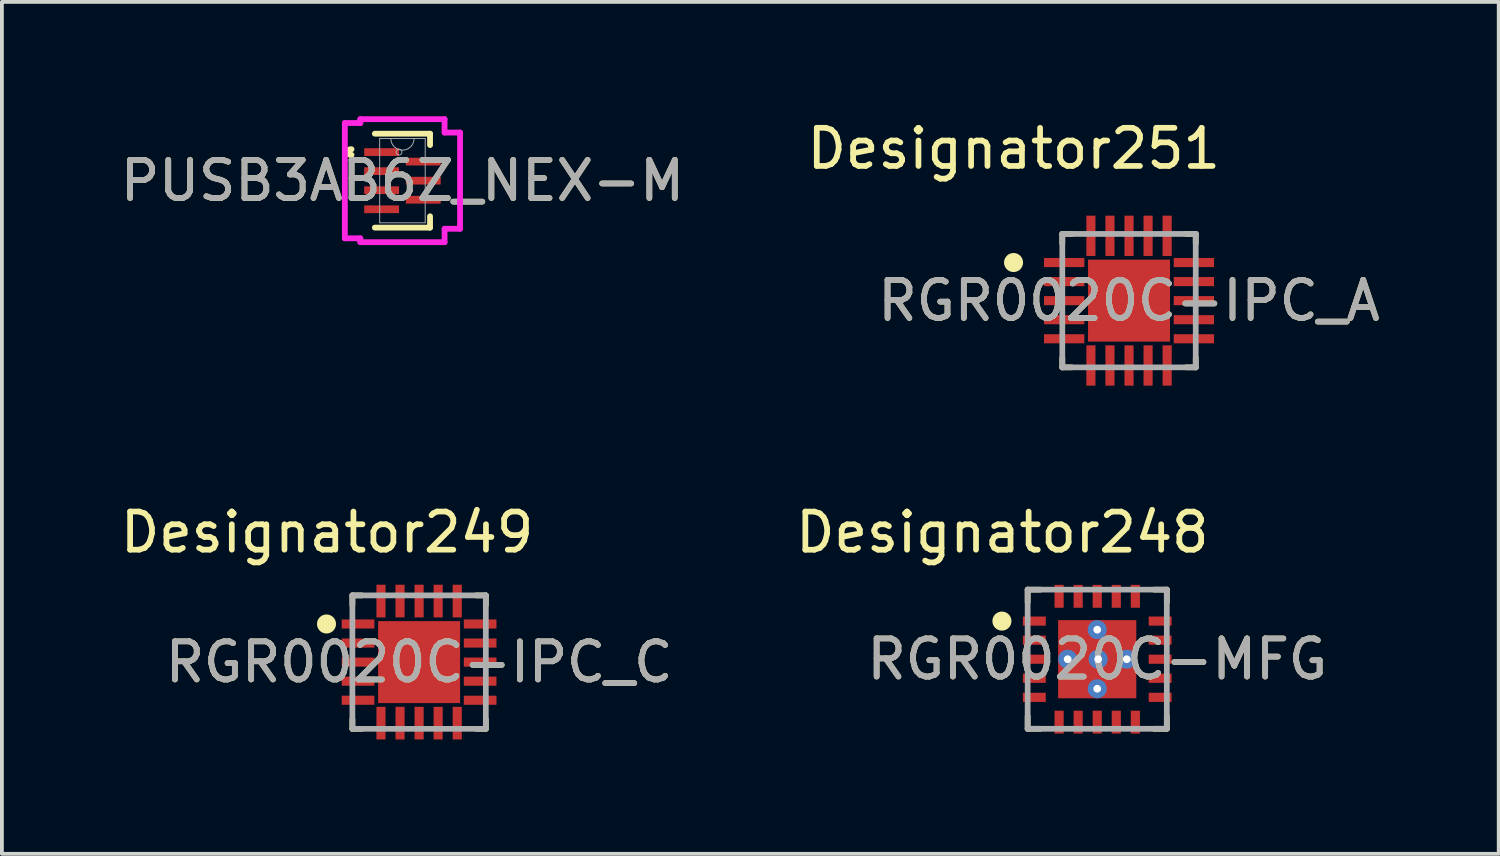
<source format=kicad_pcb>
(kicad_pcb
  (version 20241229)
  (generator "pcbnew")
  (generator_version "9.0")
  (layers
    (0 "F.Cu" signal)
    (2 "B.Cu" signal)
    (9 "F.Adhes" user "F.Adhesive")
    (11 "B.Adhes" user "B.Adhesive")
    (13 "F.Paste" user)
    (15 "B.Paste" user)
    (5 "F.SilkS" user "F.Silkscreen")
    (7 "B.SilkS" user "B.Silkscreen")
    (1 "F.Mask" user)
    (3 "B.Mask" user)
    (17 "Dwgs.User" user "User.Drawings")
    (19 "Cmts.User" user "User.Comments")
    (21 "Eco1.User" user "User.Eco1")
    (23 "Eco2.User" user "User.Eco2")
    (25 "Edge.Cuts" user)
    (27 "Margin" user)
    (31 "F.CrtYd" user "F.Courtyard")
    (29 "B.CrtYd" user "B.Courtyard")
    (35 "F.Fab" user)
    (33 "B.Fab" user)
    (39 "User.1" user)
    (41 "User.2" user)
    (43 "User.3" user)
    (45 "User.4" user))
  (footprint "PUSB3AB6Z_NEX-M"
    (layer "F.Cu")
    (at 7.506 1.689)
    (property "Reference" "PUSB3AB6Z_NEX-M" (at 0 0 0) (unlocked yes) (layer "F.SilkS") (effects (font (size 1 1) (thickness 0.15))))
    (attr smd)
    (fp_line (start -0.724 1.232) (end 0.724 1.232) (stroke (width 0.152) (type solid)) (layer "F.SilkS"))
    (fp_line (start 0.724 -1.232) (end -0.724 -1.232) (stroke (width 0.152) (type solid)) (layer "F.SilkS"))
    (fp_line (start 0.724 -0.934) (end 0.724 -1.232) (stroke (width 0.152) (type solid)) (layer "F.SilkS"))
    (fp_line (start 0.724 1.232) (end 0.724 0.934) (stroke (width 0.152) (type solid)) (layer "F.SilkS"))
    (fp_arc (start -1.33604 -0.676171) (mid -1.4311 -0.75) (end -1.33604 -0.823829) (stroke (width 0.1524) (type solid)) (layer "F.SilkS"))
    (fp_line (start -1.511 -1.512) (end -1.105 -1.512) (stroke (width 0.152) (type solid)) (layer "F.CrtYd"))
    (fp_line (start -1.511 1.512) (end -1.511 -1.512) (stroke (width 0.152) (type solid)) (layer "F.CrtYd"))
    (fp_line (start -1.105 -1.613) (end 1.105 -1.613) (stroke (width 0.152) (type solid)) (layer "F.CrtYd"))
    (fp_line (start -1.105 -1.512) (end -1.105 -1.613) (stroke (width 0.152) (type solid)) (layer "F.CrtYd"))
    (fp_line (start -1.105 1.512) (end -1.511 1.512) (stroke (width 0.152) (type solid)) (layer "F.CrtYd"))
    (fp_line (start -1.105 1.613) (end -1.105 1.512) (stroke (width 0.152) (type solid)) (layer "F.CrtYd"))
    (fp_line (start 1.105 -1.613) (end 1.105 -1.262) (stroke (width 0.152) (type solid)) (layer "F.CrtYd"))
    (fp_line (start 1.105 -1.262) (end 1.511 -1.262) (stroke (width 0.152) (type solid)) (layer "F.CrtYd"))
    (fp_line (start 1.105 1.262) (end 1.105 1.613) (stroke (width 0.152) (type solid)) (layer "F.CrtYd"))
    (fp_line (start 1.105 1.613) (end -1.105 1.613) (stroke (width 0.152) (type solid)) (layer "F.CrtYd"))
    (fp_line (start 1.511 -1.262) (end 1.511 1.262) (stroke (width 0.152) (type solid)) (layer "F.CrtYd"))
    (fp_line (start 1.511 1.262) (end 1.105 1.262) (stroke (width 0.152) (type solid)) (layer "F.CrtYd"))
    (fp_line (start -0.597 -1.105) (end -0.597 1.105) (stroke (width 0.025) (type solid)) (layer "F.Fab"))
    (fp_line (start -0.597 1.105) (end 0.597 1.105) (stroke (width 0.025) (type solid)) (layer "F.Fab"))
    (fp_line (start 0.597 -1.105) (end -0.597 -1.105) (stroke (width 0.025) (type solid)) (layer "F.Fab"))
    (fp_line (start 0.597 1.105) (end 0.597 -1.105) (stroke (width 0.025) (type solid)) (layer "F.Fab"))
    (fp_arc (start 0.3048 -1.1049) (mid 0 -0.8001) (end -0.3048 -1.1049) (stroke (width 0.0254) (type solid)) (layer "F.Fab"))
    (fp_circle (center -0.089 -0.75) (end -0.013 -0.75) (stroke (width 0.025) (type solid)) (fill no) (layer "F.Fab"))
    (fp_text user "${REFERENCE}" (at 0 0 0) (unlocked yes) (layer "F.Fab") (effects (font (size 1 1) (thickness 0.15))))
    (pad "1" smd rect (at -0.546 -0.75) (size 0.914 0.203) (layers "F.Cu" "F.Mask" "F.Paste"))
    (pad "2" smd rect (at -0.546 -0.25) (size 0.914 0.203) (layers "F.Cu" "F.Mask" "F.Paste"))
    (pad "3" smd rect (at -0.546 0.25) (size 0.914 0.203) (layers "F.Cu" "F.Mask" "F.Paste"))
    (pad "4" smd rect (at -0.546 0.75) (size 0.914 0.203) (layers "F.Cu" "F.Mask" "F.Paste"))
    (pad "5" smd rect (at 0.546 0.5) (size 0.914 0.203) (layers "F.Cu" "F.Mask" "F.Paste"))
    (pad "6" smd rect (at 0.546 0) (size 0.914 0.203) (layers "F.Cu" "F.Mask" "F.Paste"))
    (pad "7" smd rect (at 0.546 -0.5) (size 0.914 0.203) (layers "F.Cu" "F.Mask" "F.Paste")))
  (footprint "RGR0020C-IPC_A"
    (layer "F.Cu")
    (at 26.564 4.836)
    (property "Reference" "RGR0020C-IPC_A" (at 0 0 0) (unlocked yes) (layer "F.SilkS") (effects (font (size 1 1) (thickness 0.15))))
    (attr smd)
    (fp_line (start -1.75 -1.75) (end -1.5 -1.75) (stroke (width 0.15) (type solid)) (layer "F.SilkS"))
    (fp_line (start -1.75 -1.5) (end -1.75 -1.75) (stroke (width 0.15) (type solid)) (layer "F.SilkS"))
    (fp_line (start -1.75 1.75) (end -1.75 1.5) (stroke (width 0.15) (type solid)) (layer "F.SilkS"))
    (fp_line (start -1.75 1.75) (end -1.5 1.75) (stroke (width 0.15) (type solid)) (layer "F.SilkS"))
    (fp_line (start 1.5 -1.75) (end 1.75 -1.75) (stroke (width 0.15) (type solid)) (layer "F.SilkS"))
    (fp_line (start 1.5 1.75) (end 1.75 1.75) (stroke (width 0.15) (type solid)) (layer "F.SilkS"))
    (fp_line (start 1.75 -1.5) (end 1.75 -1.75) (stroke (width 0.15) (type solid)) (layer "F.SilkS"))
    (fp_line (start 1.75 1.75) (end 1.75 1.5) (stroke (width 0.15) (type solid)) (layer "F.SilkS"))
    (fp_circle (center -3.029 -1) (end -2.904 -1) (stroke (width 0.25) (type solid)) (fill no) (layer "F.SilkS"))
    (fp_poly (pts (xy -0.68 0.68) (xy 0.68 0.68) (xy 0.68 -0.68) (xy -0.68 -0.68)) (stroke (width 0) (type solid)) (fill yes) (layer "F.Paste"))
    (fp_line (start -1.75 -1.75) (end 1.75 -1.75) (stroke (width 0.15) (type solid)) (layer "F.Fab"))
    (fp_line (start -1.75 1.75) (end -1.75 -1.75) (stroke (width 0.15) (type solid)) (layer "F.Fab"))
    (fp_line (start -1.75 1.75) (end 1.75 1.75) (stroke (width 0.15) (type solid)) (layer "F.Fab"))
    (fp_line (start 1.75 1.75) (end 1.75 -1.75) (stroke (width 0.15) (type solid)) (layer "F.Fab"))
    (fp_text user "Designator251" (at -3.023 -3.988 0) (unlocked yes) (layer "F.SilkS") (effects (font (size 1 1) (thickness 0.15))))
    (fp_text user "${REFERENCE}" (at 0 0 0) (unlocked yes) (layer "F.Fab") (effects (font (size 1 1) (thickness 0.15))))
    (pad "1" smd rect (at -1.701 -1 90) (size 0.239 1.057) (layers "F.Cu" "F.Mask" "F.Paste"))
    (pad "2" smd rect (at -1.701 -0.5 90) (size 0.239 1.057) (layers "F.Cu" "F.Mask" "F.Paste"))
    (pad "3" smd rect (at -1.701 0 90) (size 0.239 1.057) (layers "F.Cu" "F.Mask" "F.Paste"))
    (pad "4" smd rect (at -1.701 0.5 90) (size 0.239 1.057) (layers "F.Cu" "F.Mask" "F.Paste"))
    (pad "5" smd rect (at -1.701 1 90) (size 0.239 1.057) (layers "F.Cu" "F.Mask" "F.Paste"))
    (pad "6" smd rect (at -1 1.701) (size 0.239 1.057) (layers "F.Cu" "F.Mask" "F.Paste"))
    (pad "7" smd rect (at -0.5 1.701) (size 0.239 1.057) (layers "F.Cu" "F.Mask" "F.Paste"))
    (pad "8" smd rect (at 0 1.701) (size 0.239 1.057) (layers "F.Cu" "F.Mask" "F.Paste"))
    (pad "9" smd rect (at 0.5 1.701) (size 0.239 1.057) (layers "F.Cu" "F.Mask" "F.Paste"))
    (pad "10" smd rect (at 1 1.701) (size 0.239 1.057) (layers "F.Cu" "F.Mask" "F.Paste"))
    (pad "11" smd rect (at 1.701 1 90) (size 0.239 1.057) (layers "F.Cu" "F.Mask" "F.Paste"))
    (pad "12" smd rect (at 1.701 0.5 90) (size 0.239 1.057) (layers "F.Cu" "F.Mask" "F.Paste"))
    (pad "13" smd rect (at 1.701 0 90) (size 0.239 1.057) (layers "F.Cu" "F.Mask" "F.Paste"))
    (pad "14" smd rect (at 1.701 -0.5 90) (size 0.239 1.057) (layers "F.Cu" "F.Mask" "F.Paste"))
    (pad "15" smd rect (at 1.701 -1 90) (size 0.239 1.057) (layers "F.Cu" "F.Mask" "F.Paste"))
    (pad "16" smd rect (at 1 -1.701) (size 0.239 1.057) (layers "F.Cu" "F.Mask" "F.Paste"))
    (pad "17" smd rect (at 0.5 -1.701) (size 0.239 1.057) (layers "F.Cu" "F.Mask" "F.Paste"))
    (pad "18" smd rect (at 0 -1.701) (size 0.239 1.057) (layers "F.Cu" "F.Mask" "F.Paste"))
    (pad "19" smd rect (at -0.5 -1.701) (size 0.239 1.057) (layers "F.Cu" "F.Mask" "F.Paste"))
    (pad "20" smd rect (at -1 -1.701) (size 0.239 1.057) (layers "F.Cu" "F.Mask" "F.Paste"))
    (pad "21" smd rect (at 0 0) (size 2.15 2.15) (layers "F.Cu" "F.Mask")))
  (footprint "RGR0020C-IPC_C"
    (layer "F.Cu")
    (at 7.943 14.317)
    (property "Reference" "RGR0020C-IPC_C" (at 0 0 0) (unlocked yes) (layer "F.SilkS") (effects (font (size 1 1) (thickness 0.15))))
    (attr smd)
    (fp_line (start -1.75 -1.75) (end -1.5 -1.75) (stroke (width 0.15) (type solid)) (layer "F.SilkS"))
    (fp_line (start -1.75 -1.5) (end -1.75 -1.75) (stroke (width 0.15) (type solid)) (layer "F.SilkS"))
    (fp_line (start -1.75 1.75) (end -1.75 1.5) (stroke (width 0.15) (type solid)) (layer "F.SilkS"))
    (fp_line (start -1.75 1.75) (end -1.5 1.75) (stroke (width 0.15) (type solid)) (layer "F.SilkS"))
    (fp_line (start 1.5 -1.75) (end 1.75 -1.75) (stroke (width 0.15) (type solid)) (layer "F.SilkS"))
    (fp_line (start 1.5 1.75) (end 1.75 1.75) (stroke (width 0.15) (type solid)) (layer "F.SilkS"))
    (fp_line (start 1.75 -1.5) (end 1.75 -1.75) (stroke (width 0.15) (type solid)) (layer "F.SilkS"))
    (fp_line (start 1.75 1.75) (end 1.75 1.5) (stroke (width 0.15) (type solid)) (layer "F.SilkS"))
    (fp_circle (center -2.429 -1) (end -2.304 -1) (stroke (width 0.25) (type solid)) (fill no) (layer "F.SilkS"))
    (fp_poly (pts (xy -0.68 0.68) (xy 0.68 0.68) (xy 0.68 -0.68) (xy -0.68 -0.68)) (stroke (width 0) (type solid)) (fill yes) (layer "F.Paste"))
    (fp_line (start -1.75 -1.75) (end 1.75 -1.75) (stroke (width 0.15) (type solid)) (layer "F.Fab"))
    (fp_line (start -1.75 1.75) (end -1.75 -1.75) (stroke (width 0.15) (type solid)) (layer "F.Fab"))
    (fp_line (start -1.75 1.75) (end 1.75 1.75) (stroke (width 0.15) (type solid)) (layer "F.Fab"))
    (fp_line (start 1.75 1.75) (end 1.75 -1.75) (stroke (width 0.15) (type solid)) (layer "F.Fab"))
    (fp_text user "Designator249" (at -2.413 -3.404 0) (unlocked yes) (layer "F.SilkS") (effects (font (size 1 1) (thickness 0.15))))
    (fp_text user "${REFERENCE}" (at 0 0 0) (unlocked yes) (layer "F.Fab") (effects (font (size 1 1) (thickness 0.15))))
    (pad "1" smd rect (at -1.601 -1 90) (size 0.239 0.857) (layers "F.Cu" "F.Mask" "F.Paste"))
    (pad "2" smd rect (at -1.601 -0.5 90) (size 0.239 0.857) (layers "F.Cu" "F.Mask" "F.Paste"))
    (pad "3" smd rect (at -1.601 0 90) (size 0.239 0.857) (layers "F.Cu" "F.Mask" "F.Paste"))
    (pad "4" smd rect (at -1.601 0.5 90) (size 0.239 0.857) (layers "F.Cu" "F.Mask" "F.Paste"))
    (pad "5" smd rect (at -1.601 1 90) (size 0.239 0.857) (layers "F.Cu" "F.Mask" "F.Paste"))
    (pad "6" smd rect (at -1 1.601) (size 0.239 0.857) (layers "F.Cu" "F.Mask" "F.Paste"))
    (pad "7" smd rect (at -0.5 1.601) (size 0.239 0.857) (layers "F.Cu" "F.Mask" "F.Paste"))
    (pad "8" smd rect (at 0 1.601) (size 0.239 0.857) (layers "F.Cu" "F.Mask" "F.Paste"))
    (pad "9" smd rect (at 0.5 1.601) (size 0.239 0.857) (layers "F.Cu" "F.Mask" "F.Paste"))
    (pad "10" smd rect (at 1 1.601) (size 0.239 0.857) (layers "F.Cu" "F.Mask" "F.Paste"))
    (pad "11" smd rect (at 1.601 1 90) (size 0.239 0.857) (layers "F.Cu" "F.Mask" "F.Paste"))
    (pad "12" smd rect (at 1.601 0.5 90) (size 0.239 0.857) (layers "F.Cu" "F.Mask" "F.Paste"))
    (pad "13" smd rect (at 1.601 0 90) (size 0.239 0.857) (layers "F.Cu" "F.Mask" "F.Paste"))
    (pad "14" smd rect (at 1.601 -0.5 90) (size 0.239 0.857) (layers "F.Cu" "F.Mask" "F.Paste"))
    (pad "15" smd rect (at 1.601 -1 90) (size 0.239 0.857) (layers "F.Cu" "F.Mask" "F.Paste"))
    (pad "16" smd rect (at 1 -1.601) (size 0.239 0.857) (layers "F.Cu" "F.Mask" "F.Paste"))
    (pad "17" smd rect (at 0.5 -1.601) (size 0.239 0.857) (layers "F.Cu" "F.Mask" "F.Paste"))
    (pad "18" smd rect (at 0 -1.601) (size 0.239 0.857) (layers "F.Cu" "F.Mask" "F.Paste"))
    (pad "19" smd rect (at -0.5 -1.601) (size 0.239 0.857) (layers "F.Cu" "F.Mask" "F.Paste"))
    (pad "20" smd rect (at -1 -1.601) (size 0.239 0.857) (layers "F.Cu" "F.Mask" "F.Paste"))
    (pad "21" smd rect (at 0 0) (size 2.15 2.15) (layers "F.Cu" "F.Mask")))
  (footprint "RGR0020C-MFG"
    (layer "F.Cu")
    (at 25.73 14.241)
    (property "Reference" "RGR0020C-MFG" (at 0 0 0) (unlocked yes) (layer "F.SilkS") (effects (font (size 1 1) (thickness 0.15))))
    (attr smd)
    (fp_line (start -1.825 -1.825) (end -1.495 -1.825) (stroke (width 0.15) (type solid)) (layer "F.SilkS"))
    (fp_line (start -1.825 -1.495) (end -1.825 -1.825) (stroke (width 0.15) (type solid)) (layer "F.SilkS"))
    (fp_line (start -1.825 1.825) (end -1.825 1.495) (stroke (width 0.15) (type solid)) (layer "F.SilkS"))
    (fp_line (start -1.825 1.825) (end -1.495 1.825) (stroke (width 0.15) (type solid)) (layer "F.SilkS"))
    (fp_line (start 1.495 -1.825) (end 1.825 -1.825) (stroke (width 0.15) (type solid)) (layer "F.SilkS"))
    (fp_line (start 1.495 1.825) (end 1.825 1.825) (stroke (width 0.15) (type solid)) (layer "F.SilkS"))
    (fp_line (start 1.825 -1.495) (end 1.825 -1.825) (stroke (width 0.15) (type solid)) (layer "F.SilkS"))
    (fp_line (start 1.825 1.825) (end 1.825 1.495) (stroke (width 0.15) (type solid)) (layer "F.SilkS"))
    (fp_circle (center -2.5 -1) (end -2.375 -1) (stroke (width 0.25) (type solid)) (fill no) (layer "F.SilkS"))
    (fp_poly (pts (xy -0.1 -0.15) (xy -0.15 -0.1) (xy -0.97 -0.1) (xy -1.02 -0.15) (xy -1.02 -0.97) (xy -0.97 -1.02) (xy -0.15 -1.02) (xy -0.1 -0.97)) (stroke (width 0) (type solid)) (fill yes) (layer "F.Paste"))
    (fp_poly (pts (xy -0.1 0.15) (xy -0.1 0.97) (xy -0.15 1.02) (xy -0.97 1.02) (xy -1.02 0.97) (xy -1.02 0.15) (xy -0.97 0.1) (xy -0.15 0.1)) (stroke (width 0) (type solid)) (fill yes) (layer "F.Paste"))
    (fp_poly (pts (xy 0.97 0.1) (xy 1.02 0.15) (xy 1.02 0.97) (xy 0.97 1.02) (xy 0.15 1.02) (xy 0.1 0.97) (xy 0.1 0.15) (xy 0.15 0.1)) (stroke (width 0) (type solid)) (fill yes) (layer "F.Paste"))
    (fp_poly (pts (xy 1.02 -0.97) (xy 1.02 -0.15) (xy 0.97 -0.1) (xy 0.15 -0.1) (xy 0.1 -0.15) (xy 0.1 -0.97) (xy 0.15 -1.02) (xy 0.97 -1.02)) (stroke (width 0) (type solid)) (fill yes) (layer "F.Paste"))
    (fp_line (start -1.825 -1.825) (end 1.825 -1.825) (stroke (width 0.15) (type solid)) (layer "F.Fab"))
    (fp_line (start -1.825 1.825) (end -1.825 -1.825) (stroke (width 0.15) (type solid)) (layer "F.Fab"))
    (fp_line (start -1.825 1.825) (end 1.825 1.825) (stroke (width 0.15) (type solid)) (layer "F.Fab"))
    (fp_line (start 1.825 1.825) (end 1.825 -1.825) (stroke (width 0.15) (type solid)) (layer "F.Fab"))
    (fp_text user "Designator248" (at -2.489 -3.327 0) (unlocked yes) (layer "F.SilkS") (effects (font (size 1 1) (thickness 0.15))))
    (fp_text user "${REFERENCE}" (at 0 0 0) (unlocked yes) (layer "F.Fab") (effects (font (size 1 1) (thickness 0.15))))
    (pad "1" smd rect (at -1.65 -1) (size 0.6 0.24) (layers "F.Cu" "F.Mask" "F.Paste"))
    (pad "2" smd rect (at -1.65 -0.5) (size 0.6 0.24) (layers "F.Cu" "F.Mask" "F.Paste"))
    (pad "3" smd rect (at -1.65 0) (size 0.6 0.24) (layers "F.Cu" "F.Mask" "F.Paste"))
    (pad "4" smd rect (at -1.65 0.5) (size 0.6 0.24) (layers "F.Cu" "F.Mask" "F.Paste"))
    (pad "5" smd rect (at -1.65 1) (size 0.6 0.24) (layers "F.Cu" "F.Mask" "F.Paste"))
    (pad "6" smd rect (at -1 1.65 90) (size 0.6 0.24) (layers "F.Cu" "F.Mask" "F.Paste"))
    (pad "7" smd rect (at -0.5 1.65 90) (size 0.6 0.24) (layers "F.Cu" "F.Mask" "F.Paste"))
    (pad "8" smd rect (at 0 1.65 90) (size 0.6 0.24) (layers "F.Cu" "F.Mask" "F.Paste"))
    (pad "9" smd rect (at 0.5 1.65 90) (size 0.6 0.24) (layers "F.Cu" "F.Mask" "F.Paste"))
    (pad "10" smd rect (at 1 1.65 90) (size 0.6 0.24) (layers "F.Cu" "F.Mask" "F.Paste"))
    (pad "11" smd rect (at 1.65 1) (size 0.6 0.24) (layers "F.Cu" "F.Mask" "F.Paste"))
    (pad "12" smd rect (at 1.65 0.5) (size 0.6 0.24) (layers "F.Cu" "F.Mask" "F.Paste"))
    (pad "13" smd rect (at 1.65 0) (size 0.6 0.24) (layers "F.Cu" "F.Mask" "F.Paste"))
    (pad "14" smd rect (at 1.65 -0.5) (size 0.6 0.24) (layers "F.Cu" "F.Mask" "F.Paste"))
    (pad "15" smd rect (at 1.65 -1) (size 0.6 0.24) (layers "F.Cu" "F.Mask" "F.Paste"))
    (pad "16" smd rect (at 1 -1.65 90) (size 0.6 0.24) (layers "F.Cu" "F.Mask" "F.Paste"))
    (pad "17" smd rect (at 0.5 -1.65 90) (size 0.6 0.24) (layers "F.Cu" "F.Mask" "F.Paste"))
    (pad "18" smd rect (at 0 -1.65 90) (size 0.6 0.24) (layers "F.Cu" "F.Mask" "F.Paste"))
    (pad "19" smd rect (at -0.5 -1.65 90) (size 0.6 0.24) (layers "F.Cu" "F.Mask" "F.Paste"))
    (pad "20" smd rect (at -1 -1.65 90) (size 0.6 0.24) (layers "F.Cu" "F.Mask" "F.Paste"))
    (pad "21" smd rect (at 0 0) (size 2.05 2.05) (layers "F.Cu" "F.Mask"))
    (pad "22" thru_hole circle (at -0.775 0) (size 0.5 0.5) (drill 0.203) (layers "*.Cu" "*.Mask"))
    (pad "23" thru_hole circle (at 0.025 0) (size 0.5 0.5) (drill 0.203) (layers "*.Cu" "*.Mask"))
    (pad "24" thru_hole circle (at 0.775 0) (size 0.5 0.5) (drill 0.203) (layers "*.Cu" "*.Mask"))
    (pad "25" thru_hole circle (at 0 0.775) (size 0.5 0.5) (drill 0.203) (layers "*.Cu" "*.Mask"))
    (pad "26" thru_hole circle (at 0 -0.775) (size 0.5 0.5) (drill 0.203) (layers "*.Cu" "*.Mask")))
  (gr_rect
    (start -3 -3)
    (end 36.261 19.346)
    (stroke (width 0.1) (type default))
    (fill no)
    (layer "Edge.Cuts")))
</source>
